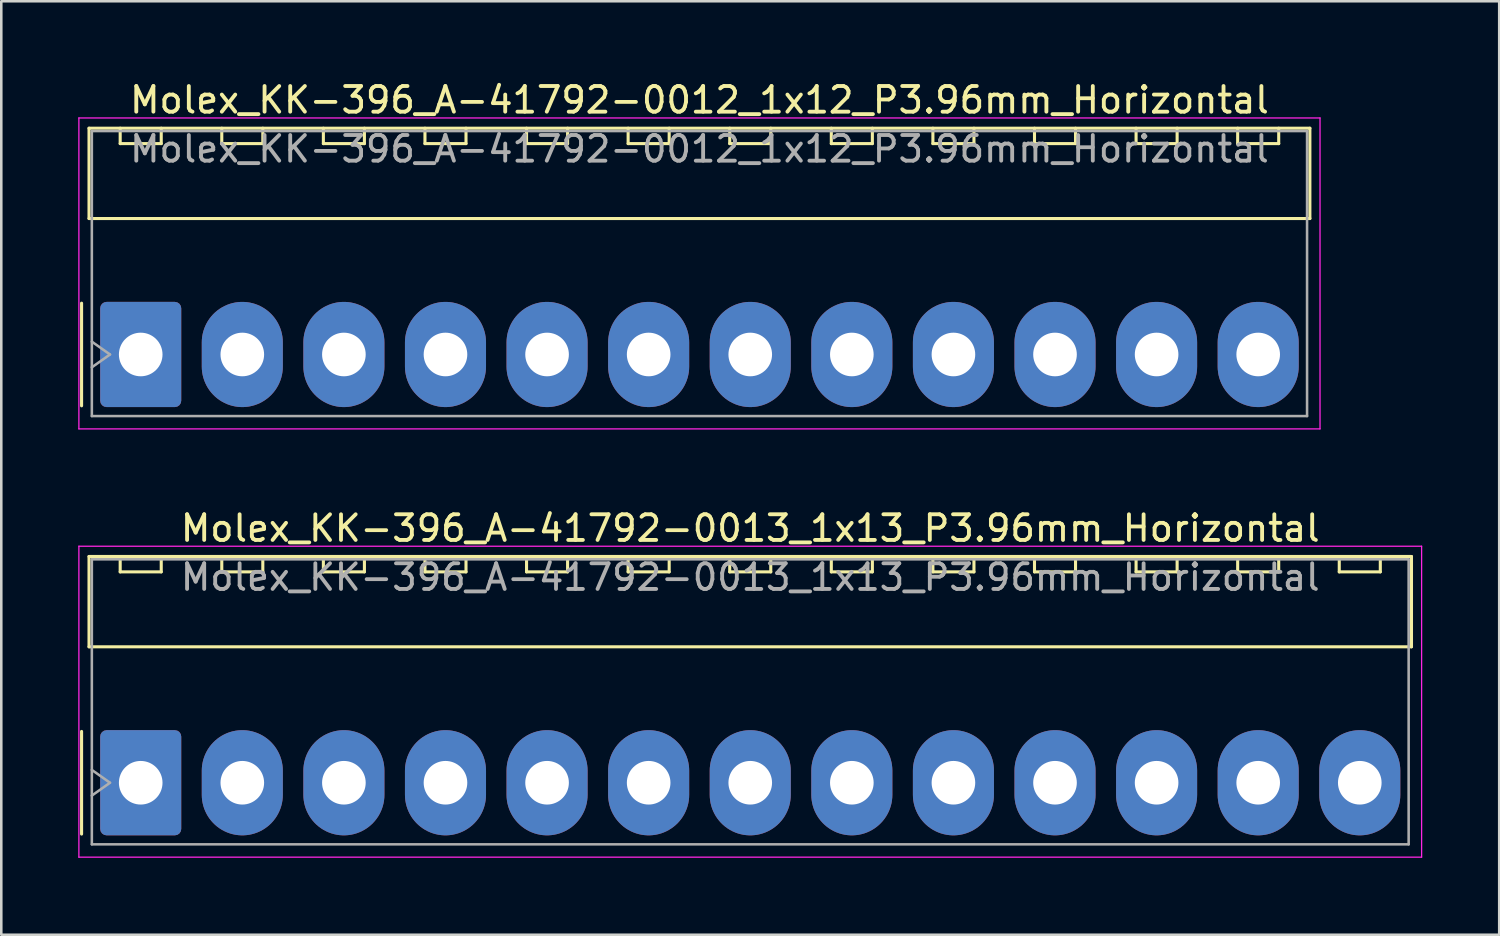
<source format=kicad_pcb>
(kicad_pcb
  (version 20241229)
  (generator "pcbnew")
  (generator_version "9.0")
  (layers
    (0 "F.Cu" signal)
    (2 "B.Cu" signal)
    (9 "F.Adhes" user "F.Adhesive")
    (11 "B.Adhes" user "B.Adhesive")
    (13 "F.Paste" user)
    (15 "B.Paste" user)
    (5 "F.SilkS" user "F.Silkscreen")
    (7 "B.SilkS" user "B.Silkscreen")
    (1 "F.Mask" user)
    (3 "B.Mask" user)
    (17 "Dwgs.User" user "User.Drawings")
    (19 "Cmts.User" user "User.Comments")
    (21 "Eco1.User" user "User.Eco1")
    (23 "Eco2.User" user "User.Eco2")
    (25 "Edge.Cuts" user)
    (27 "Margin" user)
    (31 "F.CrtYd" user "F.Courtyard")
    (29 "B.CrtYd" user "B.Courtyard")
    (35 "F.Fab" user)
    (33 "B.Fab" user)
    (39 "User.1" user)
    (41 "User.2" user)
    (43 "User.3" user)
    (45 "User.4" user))
  (footprint "Molex_KK-396_A-41792-0013_1x13_P3.96mm_Horizontal"
    (layer "F.Cu")
    (at 2.435 27.462)
    (property "Reference" "Molex_KK-396_A-41792-0013_1x13_P3.96mm_Horizontal" (at 23.76 -9.92 0) (layer "F.SilkS") (effects (font (size 1 1) (thickness 0.15))))
    (attr through_hole)
    (fp_line (start -2.305 -2) (end -2.305 2) (stroke (width 0.12) (type solid)) (layer "F.SilkS"))
    (fp_line (start -2.015 -8.82) (end 49.535 -8.82) (stroke (width 0.12) (type solid)) (layer "F.SilkS"))
    (fp_line (start -2.015 -5.3) (end -2.015 -8.82) (stroke (width 0.12) (type solid)) (layer "F.SilkS"))
    (fp_line (start -0.8 -8.82) (end -0.8 -8.22) (stroke (width 0.12) (type solid)) (layer "F.SilkS"))
    (fp_line (start -0.8 -8.22) (end 0.8 -8.22) (stroke (width 0.12) (type solid)) (layer "F.SilkS"))
    (fp_line (start 0.8 -8.22) (end 0.8 -8.82) (stroke (width 0.12) (type solid)) (layer "F.SilkS"))
    (fp_line (start 3.16 -8.82) (end 3.16 -8.22) (stroke (width 0.12) (type solid)) (layer "F.SilkS"))
    (fp_line (start 3.16 -8.22) (end 4.76 -8.22) (stroke (width 0.12) (type solid)) (layer "F.SilkS"))
    (fp_line (start 4.76 -8.22) (end 4.76 -8.82) (stroke (width 0.12) (type solid)) (layer "F.SilkS"))
    (fp_line (start 7.12 -8.82) (end 7.12 -8.22) (stroke (width 0.12) (type solid)) (layer "F.SilkS"))
    (fp_line (start 7.12 -8.22) (end 8.72 -8.22) (stroke (width 0.12) (type solid)) (layer "F.SilkS"))
    (fp_line (start 8.72 -8.22) (end 8.72 -8.82) (stroke (width 0.12) (type solid)) (layer "F.SilkS"))
    (fp_line (start 11.08 -8.82) (end 11.08 -8.22) (stroke (width 0.12) (type solid)) (layer "F.SilkS"))
    (fp_line (start 11.08 -8.22) (end 12.68 -8.22) (stroke (width 0.12) (type solid)) (layer "F.SilkS"))
    (fp_line (start 12.68 -8.22) (end 12.68 -8.82) (stroke (width 0.12) (type solid)) (layer "F.SilkS"))
    (fp_line (start 15.04 -8.82) (end 15.04 -8.22) (stroke (width 0.12) (type solid)) (layer "F.SilkS"))
    (fp_line (start 15.04 -8.22) (end 16.64 -8.22) (stroke (width 0.12) (type solid)) (layer "F.SilkS"))
    (fp_line (start 16.64 -8.22) (end 16.64 -8.82) (stroke (width 0.12) (type solid)) (layer "F.SilkS"))
    (fp_line (start 19 -8.82) (end 19 -8.22) (stroke (width 0.12) (type solid)) (layer "F.SilkS"))
    (fp_line (start 19 -8.22) (end 20.6 -8.22) (stroke (width 0.12) (type solid)) (layer "F.SilkS"))
    (fp_line (start 20.6 -8.22) (end 20.6 -8.82) (stroke (width 0.12) (type solid)) (layer "F.SilkS"))
    (fp_line (start 22.96 -8.82) (end 22.96 -8.22) (stroke (width 0.12) (type solid)) (layer "F.SilkS"))
    (fp_line (start 22.96 -8.22) (end 24.56 -8.22) (stroke (width 0.12) (type solid)) (layer "F.SilkS"))
    (fp_line (start 24.56 -8.22) (end 24.56 -8.82) (stroke (width 0.12) (type solid)) (layer "F.SilkS"))
    (fp_line (start 26.92 -8.82) (end 26.92 -8.22) (stroke (width 0.12) (type solid)) (layer "F.SilkS"))
    (fp_line (start 26.92 -8.22) (end 28.52 -8.22) (stroke (width 0.12) (type solid)) (layer "F.SilkS"))
    (fp_line (start 28.52 -8.22) (end 28.52 -8.82) (stroke (width 0.12) (type solid)) (layer "F.SilkS"))
    (fp_line (start 30.88 -8.82) (end 30.88 -8.22) (stroke (width 0.12) (type solid)) (layer "F.SilkS"))
    (fp_line (start 30.88 -8.22) (end 32.48 -8.22) (stroke (width 0.12) (type solid)) (layer "F.SilkS"))
    (fp_line (start 32.48 -8.22) (end 32.48 -8.82) (stroke (width 0.12) (type solid)) (layer "F.SilkS"))
    (fp_line (start 34.84 -8.82) (end 34.84 -8.22) (stroke (width 0.12) (type solid)) (layer "F.SilkS"))
    (fp_line (start 34.84 -8.22) (end 36.44 -8.22) (stroke (width 0.12) (type solid)) (layer "F.SilkS"))
    (fp_line (start 36.44 -8.22) (end 36.44 -8.82) (stroke (width 0.12) (type solid)) (layer "F.SilkS"))
    (fp_line (start 38.8 -8.82) (end 38.8 -8.22) (stroke (width 0.12) (type solid)) (layer "F.SilkS"))
    (fp_line (start 38.8 -8.22) (end 40.4 -8.22) (stroke (width 0.12) (type solid)) (layer "F.SilkS"))
    (fp_line (start 40.4 -8.22) (end 40.4 -8.82) (stroke (width 0.12) (type solid)) (layer "F.SilkS"))
    (fp_line (start 42.76 -8.82) (end 42.76 -8.22) (stroke (width 0.12) (type solid)) (layer "F.SilkS"))
    (fp_line (start 42.76 -8.22) (end 44.36 -8.22) (stroke (width 0.12) (type solid)) (layer "F.SilkS"))
    (fp_line (start 44.36 -8.22) (end 44.36 -8.82) (stroke (width 0.12) (type solid)) (layer "F.SilkS"))
    (fp_line (start 46.72 -8.82) (end 46.72 -8.22) (stroke (width 0.12) (type solid)) (layer "F.SilkS"))
    (fp_line (start 46.72 -8.22) (end 48.32 -8.22) (stroke (width 0.12) (type solid)) (layer "F.SilkS"))
    (fp_line (start 48.32 -8.22) (end 48.32 -8.82) (stroke (width 0.12) (type solid)) (layer "F.SilkS"))
    (fp_line (start 49.535 -8.82) (end 49.535 -5.3) (stroke (width 0.12) (type solid)) (layer "F.SilkS"))
    (fp_line (start 49.535 -5.3) (end -2.015 -5.3) (stroke (width 0.12) (type solid)) (layer "F.SilkS"))
    (fp_line (start -2.41 -9.22) (end -2.41 2.9) (stroke (width 0.05) (type solid)) (layer "F.CrtYd"))
    (fp_line (start -2.41 2.9) (end 49.93 2.9) (stroke (width 0.05) (type solid)) (layer "F.CrtYd"))
    (fp_line (start 49.93 -9.22) (end -2.41 -9.22) (stroke (width 0.05) (type solid)) (layer "F.CrtYd"))
    (fp_line (start 49.93 2.9) (end 49.93 -9.22) (stroke (width 0.05) (type solid)) (layer "F.CrtYd"))
    (fp_line (start -1.905 -8.71) (end 49.425 -8.71) (stroke (width 0.1) (type solid)) (layer "F.Fab"))
    (fp_line (start -1.905 -0.5) (end -1.198 0) (stroke (width 0.1) (type solid)) (layer "F.Fab"))
    (fp_line (start -1.905 2.4) (end -1.905 -8.71) (stroke (width 0.1) (type solid)) (layer "F.Fab"))
    (fp_line (start -1.198 0) (end -1.905 0.5) (stroke (width 0.1) (type solid)) (layer "F.Fab"))
    (fp_line (start 49.425 -8.71) (end 49.425 2.4) (stroke (width 0.1) (type solid)) (layer "F.Fab"))
    (fp_line (start 49.425 2.4) (end -1.905 2.4) (stroke (width 0.1) (type solid)) (layer "F.Fab"))
    (fp_text user "${REFERENCE}" (at 23.76 -8.01 0) (layer "F.Fab") (effects (font (size 1 1) (thickness 0.15))))
    (pad "1" thru_hole roundrect (at 0 0) (size 3.16 4.1) (drill 1.7) (layers "*.Cu" "*.Mask") (roundrect_rratio 0.079))
    (pad "2" thru_hole oval (at 3.96 0) (size 3.16 4.1) (drill 1.7) (layers "*.Cu" "*.Mask"))
    (pad "3" thru_hole oval (at 7.92 0) (size 3.16 4.1) (drill 1.7) (layers "*.Cu" "*.Mask"))
    (pad "4" thru_hole oval (at 11.88 0) (size 3.16 4.1) (drill 1.7) (layers "*.Cu" "*.Mask"))
    (pad "5" thru_hole oval (at 15.84 0) (size 3.16 4.1) (drill 1.7) (layers "*.Cu" "*.Mask"))
    (pad "6" thru_hole oval (at 19.8 0) (size 3.16 4.1) (drill 1.7) (layers "*.Cu" "*.Mask"))
    (pad "7" thru_hole oval (at 23.76 0) (size 3.16 4.1) (drill 1.7) (layers "*.Cu" "*.Mask"))
    (pad "8" thru_hole oval (at 27.72 0) (size 3.16 4.1) (drill 1.7) (layers "*.Cu" "*.Mask"))
    (pad "9" thru_hole oval (at 31.68 0) (size 3.16 4.1) (drill 1.7) (layers "*.Cu" "*.Mask"))
    (pad "10" thru_hole oval (at 35.64 0) (size 3.16 4.1) (drill 1.7) (layers "*.Cu" "*.Mask"))
    (pad "11" thru_hole oval (at 39.6 0) (size 3.16 4.1) (drill 1.7) (layers "*.Cu" "*.Mask"))
    (pad "12" thru_hole oval (at 43.56 0) (size 3.16 4.1) (drill 1.7) (layers "*.Cu" "*.Mask"))
    (pad "13" thru_hole oval (at 47.52 0) (size 3.16 4.1) (drill 1.7) (layers "*.Cu" "*.Mask")))
  (footprint "Molex_KK-396_A-41792-0012_1x12_P3.96mm_Horizontal"
    (layer "F.Cu")
    (at 2.435 10.768)
    (property "Reference" "Molex_KK-396_A-41792-0012_1x12_P3.96mm_Horizontal" (at 21.78 -9.92 0) (layer "F.SilkS") (effects (font (size 1 1) (thickness 0.15))))
    (attr through_hole)
    (fp_line (start -2.305 -2) (end -2.305 2) (stroke (width 0.12) (type solid)) (layer "F.SilkS"))
    (fp_line (start -2.015 -8.82) (end 45.575 -8.82) (stroke (width 0.12) (type solid)) (layer "F.SilkS"))
    (fp_line (start -2.015 -5.3) (end -2.015 -8.82) (stroke (width 0.12) (type solid)) (layer "F.SilkS"))
    (fp_line (start -0.8 -8.82) (end -0.8 -8.22) (stroke (width 0.12) (type solid)) (layer "F.SilkS"))
    (fp_line (start -0.8 -8.22) (end 0.8 -8.22) (stroke (width 0.12) (type solid)) (layer "F.SilkS"))
    (fp_line (start 0.8 -8.22) (end 0.8 -8.82) (stroke (width 0.12) (type solid)) (layer "F.SilkS"))
    (fp_line (start 3.16 -8.82) (end 3.16 -8.22) (stroke (width 0.12) (type solid)) (layer "F.SilkS"))
    (fp_line (start 3.16 -8.22) (end 4.76 -8.22) (stroke (width 0.12) (type solid)) (layer "F.SilkS"))
    (fp_line (start 4.76 -8.22) (end 4.76 -8.82) (stroke (width 0.12) (type solid)) (layer "F.SilkS"))
    (fp_line (start 7.12 -8.82) (end 7.12 -8.22) (stroke (width 0.12) (type solid)) (layer "F.SilkS"))
    (fp_line (start 7.12 -8.22) (end 8.72 -8.22) (stroke (width 0.12) (type solid)) (layer "F.SilkS"))
    (fp_line (start 8.72 -8.22) (end 8.72 -8.82) (stroke (width 0.12) (type solid)) (layer "F.SilkS"))
    (fp_line (start 11.08 -8.82) (end 11.08 -8.22) (stroke (width 0.12) (type solid)) (layer "F.SilkS"))
    (fp_line (start 11.08 -8.22) (end 12.68 -8.22) (stroke (width 0.12) (type solid)) (layer "F.SilkS"))
    (fp_line (start 12.68 -8.22) (end 12.68 -8.82) (stroke (width 0.12) (type solid)) (layer "F.SilkS"))
    (fp_line (start 15.04 -8.82) (end 15.04 -8.22) (stroke (width 0.12) (type solid)) (layer "F.SilkS"))
    (fp_line (start 15.04 -8.22) (end 16.64 -8.22) (stroke (width 0.12) (type solid)) (layer "F.SilkS"))
    (fp_line (start 16.64 -8.22) (end 16.64 -8.82) (stroke (width 0.12) (type solid)) (layer "F.SilkS"))
    (fp_line (start 19 -8.82) (end 19 -8.22) (stroke (width 0.12) (type solid)) (layer "F.SilkS"))
    (fp_line (start 19 -8.22) (end 20.6 -8.22) (stroke (width 0.12) (type solid)) (layer "F.SilkS"))
    (fp_line (start 20.6 -8.22) (end 20.6 -8.82) (stroke (width 0.12) (type solid)) (layer "F.SilkS"))
    (fp_line (start 22.96 -8.82) (end 22.96 -8.22) (stroke (width 0.12) (type solid)) (layer "F.SilkS"))
    (fp_line (start 22.96 -8.22) (end 24.56 -8.22) (stroke (width 0.12) (type solid)) (layer "F.SilkS"))
    (fp_line (start 24.56 -8.22) (end 24.56 -8.82) (stroke (width 0.12) (type solid)) (layer "F.SilkS"))
    (fp_line (start 26.92 -8.82) (end 26.92 -8.22) (stroke (width 0.12) (type solid)) (layer "F.SilkS"))
    (fp_line (start 26.92 -8.22) (end 28.52 -8.22) (stroke (width 0.12) (type solid)) (layer "F.SilkS"))
    (fp_line (start 28.52 -8.22) (end 28.52 -8.82) (stroke (width 0.12) (type solid)) (layer "F.SilkS"))
    (fp_line (start 30.88 -8.82) (end 30.88 -8.22) (stroke (width 0.12) (type solid)) (layer "F.SilkS"))
    (fp_line (start 30.88 -8.22) (end 32.48 -8.22) (stroke (width 0.12) (type solid)) (layer "F.SilkS"))
    (fp_line (start 32.48 -8.22) (end 32.48 -8.82) (stroke (width 0.12) (type solid)) (layer "F.SilkS"))
    (fp_line (start 34.84 -8.82) (end 34.84 -8.22) (stroke (width 0.12) (type solid)) (layer "F.SilkS"))
    (fp_line (start 34.84 -8.22) (end 36.44 -8.22) (stroke (width 0.12) (type solid)) (layer "F.SilkS"))
    (fp_line (start 36.44 -8.22) (end 36.44 -8.82) (stroke (width 0.12) (type solid)) (layer "F.SilkS"))
    (fp_line (start 38.8 -8.82) (end 38.8 -8.22) (stroke (width 0.12) (type solid)) (layer "F.SilkS"))
    (fp_line (start 38.8 -8.22) (end 40.4 -8.22) (stroke (width 0.12) (type solid)) (layer "F.SilkS"))
    (fp_line (start 40.4 -8.22) (end 40.4 -8.82) (stroke (width 0.12) (type solid)) (layer "F.SilkS"))
    (fp_line (start 42.76 -8.82) (end 42.76 -8.22) (stroke (width 0.12) (type solid)) (layer "F.SilkS"))
    (fp_line (start 42.76 -8.22) (end 44.36 -8.22) (stroke (width 0.12) (type solid)) (layer "F.SilkS"))
    (fp_line (start 44.36 -8.22) (end 44.36 -8.82) (stroke (width 0.12) (type solid)) (layer "F.SilkS"))
    (fp_line (start 45.575 -8.82) (end 45.575 -5.3) (stroke (width 0.12) (type solid)) (layer "F.SilkS"))
    (fp_line (start 45.575 -5.3) (end -2.015 -5.3) (stroke (width 0.12) (type solid)) (layer "F.SilkS"))
    (fp_line (start -2.41 -9.22) (end -2.41 2.9) (stroke (width 0.05) (type solid)) (layer "F.CrtYd"))
    (fp_line (start -2.41 2.9) (end 45.97 2.9) (stroke (width 0.05) (type solid)) (layer "F.CrtYd"))
    (fp_line (start 45.97 -9.22) (end -2.41 -9.22) (stroke (width 0.05) (type solid)) (layer "F.CrtYd"))
    (fp_line (start 45.97 2.9) (end 45.97 -9.22) (stroke (width 0.05) (type solid)) (layer "F.CrtYd"))
    (fp_line (start -1.905 -8.71) (end 45.465 -8.71) (stroke (width 0.1) (type solid)) (layer "F.Fab"))
    (fp_line (start -1.905 -0.5) (end -1.198 0) (stroke (width 0.1) (type solid)) (layer "F.Fab"))
    (fp_line (start -1.905 2.4) (end -1.905 -8.71) (stroke (width 0.1) (type solid)) (layer "F.Fab"))
    (fp_line (start -1.198 0) (end -1.905 0.5) (stroke (width 0.1) (type solid)) (layer "F.Fab"))
    (fp_line (start 45.465 -8.71) (end 45.465 2.4) (stroke (width 0.1) (type solid)) (layer "F.Fab"))
    (fp_line (start 45.465 2.4) (end -1.905 2.4) (stroke (width 0.1) (type solid)) (layer "F.Fab"))
    (fp_text user "${REFERENCE}" (at 21.78 -8.01 0) (layer "F.Fab") (effects (font (size 1 1) (thickness 0.15))))
    (pad "1" thru_hole roundrect (at 0 0) (size 3.16 4.1) (drill 1.7) (layers "*.Cu" "*.Mask") (roundrect_rratio 0.079))
    (pad "2" thru_hole oval (at 3.96 0) (size 3.16 4.1) (drill 1.7) (layers "*.Cu" "*.Mask"))
    (pad "3" thru_hole oval (at 7.92 0) (size 3.16 4.1) (drill 1.7) (layers "*.Cu" "*.Mask"))
    (pad "4" thru_hole oval (at 11.88 0) (size 3.16 4.1) (drill 1.7) (layers "*.Cu" "*.Mask"))
    (pad "5" thru_hole oval (at 15.84 0) (size 3.16 4.1) (drill 1.7) (layers "*.Cu" "*.Mask"))
    (pad "6" thru_hole oval (at 19.8 0) (size 3.16 4.1) (drill 1.7) (layers "*.Cu" "*.Mask"))
    (pad "7" thru_hole oval (at 23.76 0) (size 3.16 4.1) (drill 1.7) (layers "*.Cu" "*.Mask"))
    (pad "8" thru_hole oval (at 27.72 0) (size 3.16 4.1) (drill 1.7) (layers "*.Cu" "*.Mask"))
    (pad "9" thru_hole oval (at 31.68 0) (size 3.16 4.1) (drill 1.7) (layers "*.Cu" "*.Mask"))
    (pad "10" thru_hole oval (at 35.64 0) (size 3.16 4.1) (drill 1.7) (layers "*.Cu" "*.Mask"))
    (pad "11" thru_hole oval (at 39.6 0) (size 3.16 4.1) (drill 1.7) (layers "*.Cu" "*.Mask"))
    (pad "12" thru_hole oval (at 43.56 0) (size 3.16 4.1) (drill 1.7) (layers "*.Cu" "*.Mask")))
  (gr_rect
    (start -3 -3)
    (end 55.39 33.386)
    (stroke (width 0.1) (type default))
    (fill no)
    (layer "Edge.Cuts")))
</source>
